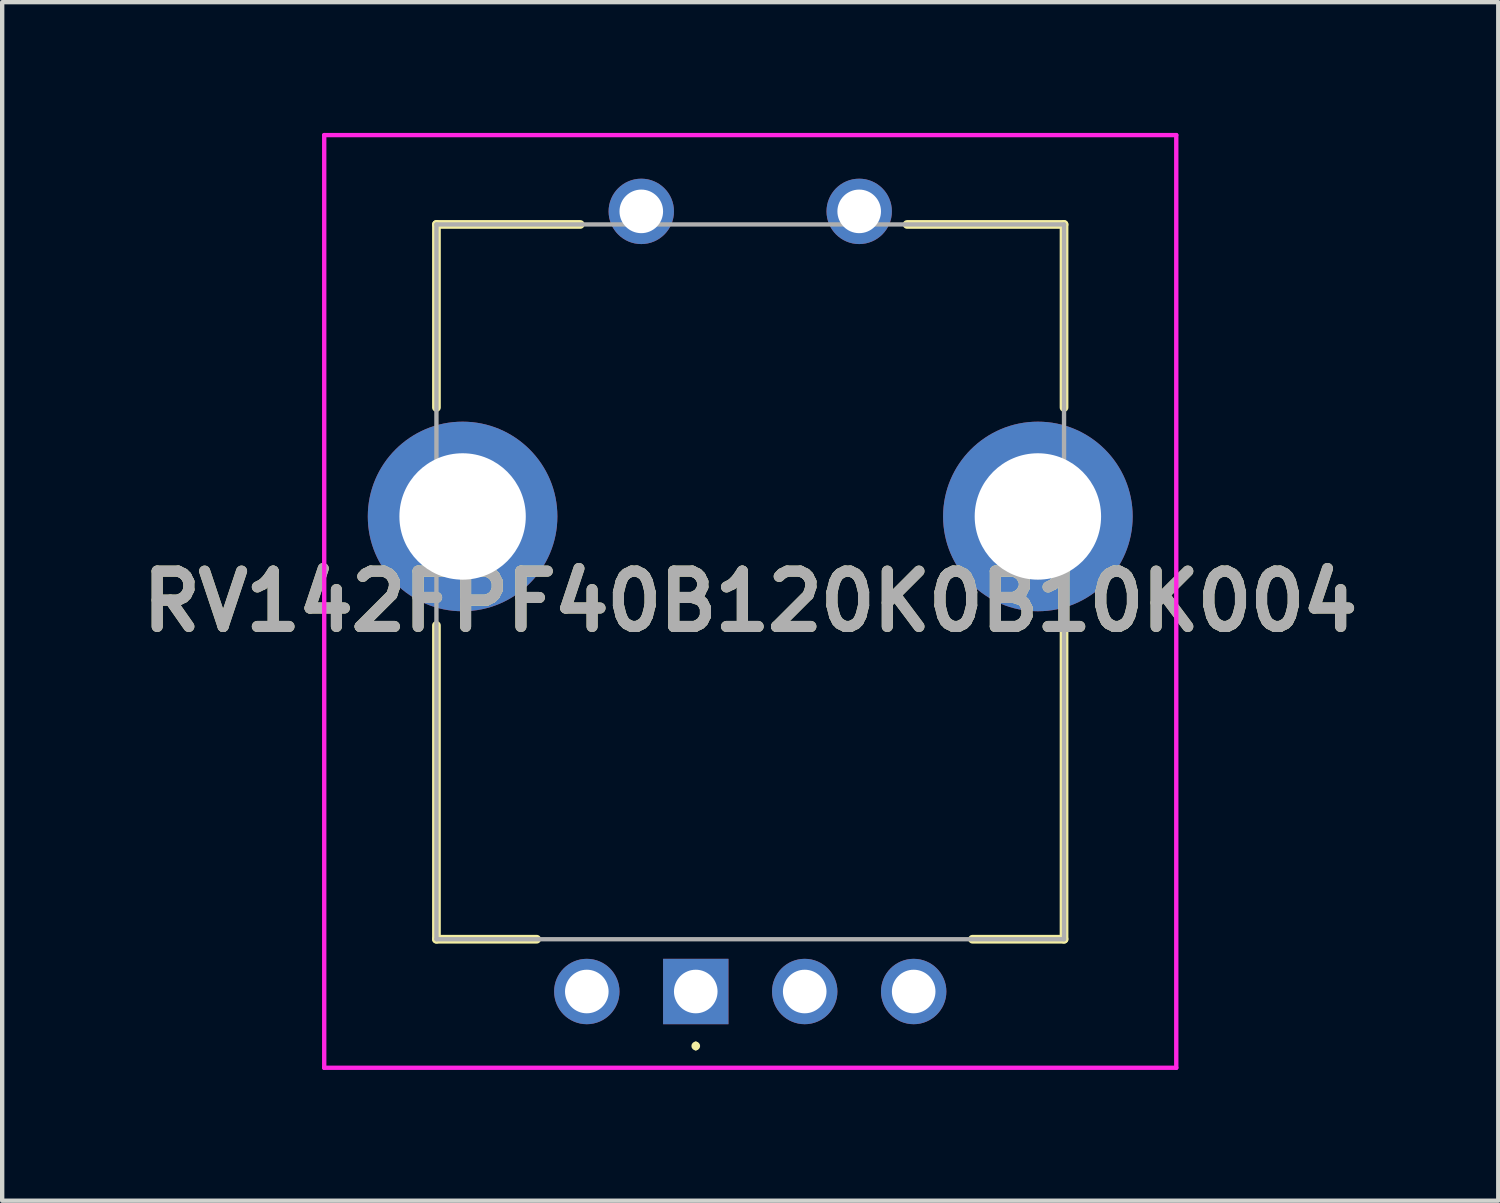
<source format=kicad_pcb>
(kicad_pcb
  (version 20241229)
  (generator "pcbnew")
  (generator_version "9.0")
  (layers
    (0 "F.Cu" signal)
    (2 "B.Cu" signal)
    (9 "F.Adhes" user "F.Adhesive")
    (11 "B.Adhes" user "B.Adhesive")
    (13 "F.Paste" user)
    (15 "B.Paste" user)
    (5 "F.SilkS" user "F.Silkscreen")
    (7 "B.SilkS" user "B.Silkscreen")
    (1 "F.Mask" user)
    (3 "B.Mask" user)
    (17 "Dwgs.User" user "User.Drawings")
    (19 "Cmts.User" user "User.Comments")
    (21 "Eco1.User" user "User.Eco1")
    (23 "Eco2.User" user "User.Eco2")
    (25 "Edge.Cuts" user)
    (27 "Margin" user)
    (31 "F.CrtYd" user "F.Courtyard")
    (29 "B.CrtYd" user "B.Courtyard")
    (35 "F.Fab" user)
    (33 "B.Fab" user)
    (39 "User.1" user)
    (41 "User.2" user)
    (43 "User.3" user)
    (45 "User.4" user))
  (footprint "RV142FPF40B120K0B10K004"
    (layer "F.Cu")
    (at 12.914 19.7)
    (property "Reference" "RV142FPF40B120K0B10K004" (at 1.25 -8.95 0) (layer "F.SilkS") (effects (font (size 1.27 1.27) (thickness 0.254))))
    (attr through_hole)
    (fp_line (start -5.95 -17.6) (end -2.65 -17.6) (stroke (width 0.2) (type solid)) (layer "F.SilkS"))
    (fp_line (start -5.95 -13.4) (end -5.95 -17.6) (stroke (width 0.2) (type solid)) (layer "F.SilkS"))
    (fp_line (start -5.95 -8.4) (end -5.95 -1.2) (stroke (width 0.2) (type solid)) (layer "F.SilkS"))
    (fp_line (start -5.95 -1.2) (end -3.65 -1.2) (stroke (width 0.2) (type solid)) (layer "F.SilkS"))
    (fp_line (start 0 1.2) (end 0 1.2) (stroke (width 0.1) (type solid)) (layer "F.SilkS"))
    (fp_line (start 0 1.3) (end 0 1.3) (stroke (width 0.1) (type solid)) (layer "F.SilkS"))
    (fp_line (start 4.85 -17.6) (end 8.45 -17.6) (stroke (width 0.2) (type solid)) (layer "F.SilkS"))
    (fp_line (start 8.45 -17.6) (end 8.45 -13.4) (stroke (width 0.2) (type solid)) (layer "F.SilkS"))
    (fp_line (start 8.45 -8.4) (end 8.45 -1.2) (stroke (width 0.2) (type solid)) (layer "F.SilkS"))
    (fp_line (start 8.45 -1.2) (end 6.35 -1.2) (stroke (width 0.2) (type solid)) (layer "F.SilkS"))
    (fp_arc (start 0 1.2) (mid 0.05 1.25) (end 0 1.3) (stroke (width 0.1) (type solid)) (layer "F.SilkS"))
    (fp_arc (start 0 1.3) (mid -0.05 1.25) (end 0 1.2) (stroke (width 0.1) (type solid)) (layer "F.SilkS"))
    (fp_line (start -8.525 -19.65) (end 11.025 -19.65) (stroke (width 0.1) (type solid)) (layer "F.CrtYd"))
    (fp_line (start -8.525 1.75) (end -8.525 -19.65) (stroke (width 0.1) (type solid)) (layer "F.CrtYd"))
    (fp_line (start 11.025 -19.65) (end 11.025 1.75) (stroke (width 0.1) (type solid)) (layer "F.CrtYd"))
    (fp_line (start 11.025 1.75) (end -8.525 1.75) (stroke (width 0.1) (type solid)) (layer "F.CrtYd"))
    (fp_line (start -5.95 -17.6) (end 8.45 -17.6) (stroke (width 0.1) (type solid)) (layer "F.Fab"))
    (fp_line (start -5.95 -1.2) (end -5.95 -17.6) (stroke (width 0.1) (type solid)) (layer "F.Fab"))
    (fp_line (start 8.45 -17.6) (end 8.45 -1.2) (stroke (width 0.1) (type solid)) (layer "F.Fab"))
    (fp_line (start 8.45 -1.2) (end -5.95 -1.2) (stroke (width 0.1) (type solid)) (layer "F.Fab"))
    (fp_text user "${REFERENCE}" (at 1.25 -8.95 0) (layer "F.Fab") (effects (font (size 1.27 1.27) (thickness 0.254))))
    (pad "1" thru_hole rect (at 0 0) (size 1.5 1.5) (drill 1) (layers "*.Cu" "*.Mask"))
    (pad "2" thru_hole circle (at 2.5 0) (size 1.5 1.5) (drill 1) (layers "*.Cu" "*.Mask"))
    (pad "3" thru_hole circle (at 5 0) (size 1.5 1.5) (drill 1) (layers "*.Cu" "*.Mask"))
    (pad "4" thru_hole circle (at -1.25 -17.9) (size 1.5 1.5) (drill 1) (layers "*.Cu" "*.Mask"))
    (pad "5" thru_hole circle (at 3.75 -17.9) (size 1.5 1.5) (drill 1) (layers "*.Cu" "*.Mask"))
    (pad "A2" thru_hole circle (at -2.5 0) (size 1.5 1.5) (drill 1) (layers "*.Cu" "*.Mask"))
    (pad "MH1" thru_hole circle (at -5.35 -10.9) (size 4.35 4.35) (drill 2.9) (layers "*.Cu" "*.Mask"))
    (pad "MH2" thru_hole circle (at 7.85 -10.9) (size 4.35 4.35) (drill 2.9) (layers "*.Cu" "*.Mask")))
  (gr_rect
    (start -3 -3)
    (end 31.327 24.5)
    (stroke (width 0.1) (type default))
    (fill no)
    (layer "Edge.Cuts")))
</source>
